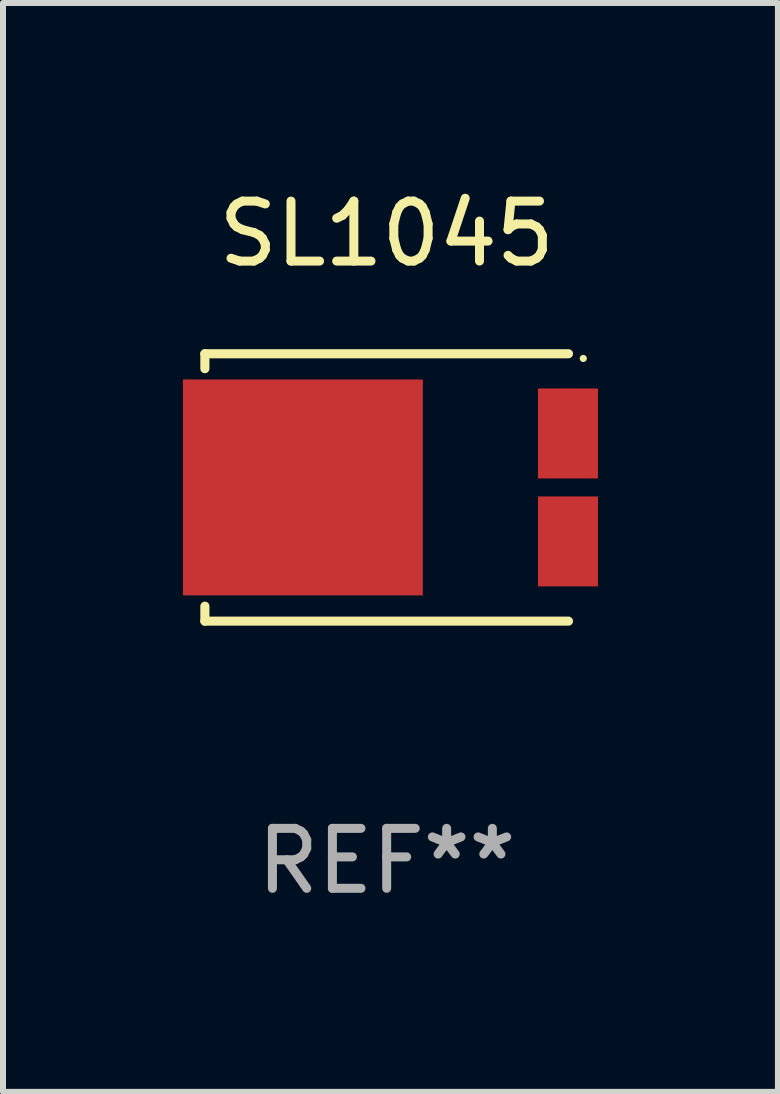
<source format=kicad_pcb>
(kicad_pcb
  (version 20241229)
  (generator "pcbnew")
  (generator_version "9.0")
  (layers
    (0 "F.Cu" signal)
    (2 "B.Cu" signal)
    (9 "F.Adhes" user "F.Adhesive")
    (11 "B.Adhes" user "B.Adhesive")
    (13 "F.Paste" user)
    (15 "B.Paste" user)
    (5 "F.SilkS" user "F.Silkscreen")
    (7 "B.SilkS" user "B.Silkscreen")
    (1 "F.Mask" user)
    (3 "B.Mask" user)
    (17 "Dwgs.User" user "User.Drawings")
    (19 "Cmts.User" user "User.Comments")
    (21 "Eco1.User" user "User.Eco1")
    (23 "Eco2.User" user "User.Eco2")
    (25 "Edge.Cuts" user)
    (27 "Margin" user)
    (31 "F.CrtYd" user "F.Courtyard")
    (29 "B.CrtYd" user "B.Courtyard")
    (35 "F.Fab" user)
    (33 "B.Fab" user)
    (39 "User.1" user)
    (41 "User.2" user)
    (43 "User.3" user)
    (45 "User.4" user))
  (footprint "SL1045"
    (layer "F.Cu")
    (at 3.397 5.077)
    (property "Reference" "SL1045" (at 0 -4.229 0) (layer "F.SilkS") (effects (font (size 1 1) (thickness 0.15))))
    (attr through_hole)
    (fp_line (start -3.031 -2.229) (end -3.031 -1.98) (stroke (width 0.152) (type solid)) (layer "F.SilkS"))
    (fp_line (start -3.031 1.98) (end -3.031 2.229) (stroke (width 0.152) (type solid)) (layer "F.SilkS"))
    (fp_line (start 3.031 -2.229) (end -3.031 -2.229) (stroke (width 0.152) (type solid)) (layer "F.SilkS"))
    (fp_line (start 3.031 2.229) (end -3.031 2.229) (stroke (width 0.152) (type solid)) (layer "F.SilkS"))
    (fp_circle (center 3.278 -2.15) (end 3.308 -2.15) (stroke (width 0.06) (type solid)) (fill no) (layer "F.SilkS"))
    (fp_text user "REF**" (at 0 6.229 0) (layer "F.Fab") (effects (font (size 1 1) (thickness 0.15))))
    (pad "1" smd rect (at 3.023 -0.9) (size 1 1.5) (layers "F.Cu" "F.Mask" "F.Paste"))
    (pad "2" smd rect (at 3.023 0.9) (size 1 1.5) (layers "F.Cu" "F.Mask" "F.Paste"))
    (pad "3" smd rect (at -1.397 0) (size 4 3.6) (layers "F.Cu" "F.Mask" "F.Paste")))
  (gr_rect
    (start -3 -3)
    (end 9.92 15.154)
    (stroke (width 0.1) (type default))
    (fill no)
    (layer "Edge.Cuts")))
</source>
